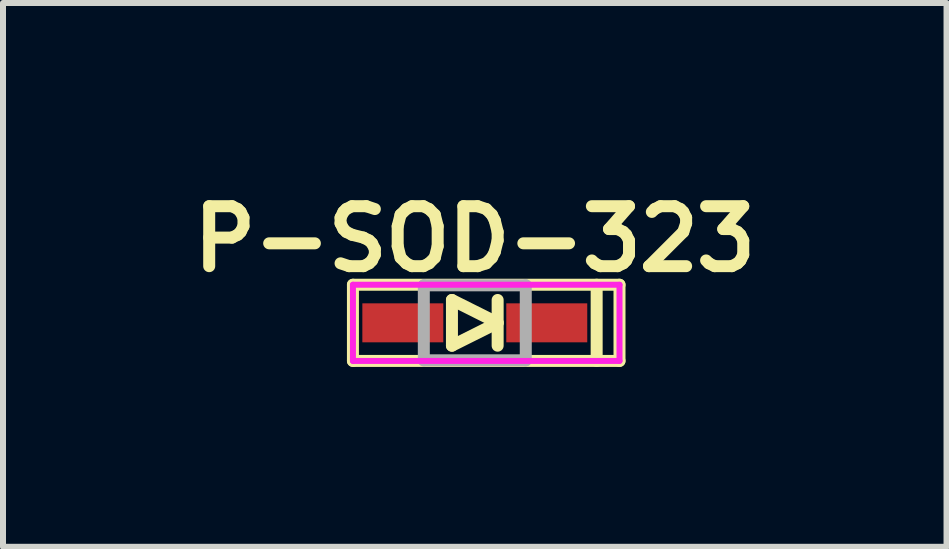
<source format=kicad_pcb>
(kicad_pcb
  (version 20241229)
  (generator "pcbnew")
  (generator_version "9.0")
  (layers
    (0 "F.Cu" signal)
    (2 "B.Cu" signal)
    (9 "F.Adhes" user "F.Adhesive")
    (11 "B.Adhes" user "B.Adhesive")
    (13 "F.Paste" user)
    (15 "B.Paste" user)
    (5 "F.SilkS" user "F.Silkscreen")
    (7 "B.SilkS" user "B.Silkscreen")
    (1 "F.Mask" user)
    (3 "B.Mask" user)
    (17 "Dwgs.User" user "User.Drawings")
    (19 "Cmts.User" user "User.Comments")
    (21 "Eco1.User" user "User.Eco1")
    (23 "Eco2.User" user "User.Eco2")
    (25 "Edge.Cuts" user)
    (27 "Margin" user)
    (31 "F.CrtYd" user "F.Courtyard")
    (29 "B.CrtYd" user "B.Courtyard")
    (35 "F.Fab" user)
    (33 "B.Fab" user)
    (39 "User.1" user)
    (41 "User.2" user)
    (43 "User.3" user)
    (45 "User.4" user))
  (footprint "P-SOD-323"
    (layer "F.Cu")
    (at 4.867 2.333)
    (property "Reference" "P-SOD-323" (at 0 -1.397 0) (layer "F.SilkS") (effects (font (size 1 1) (thickness 0.2))))
    (attr through_hole)
    (fp_line (start -2.032 -0.635) (end -2.032 0.635) (stroke (width 0.2) (type solid)) (layer "F.SilkS"))
    (fp_line (start -2.032 -0.635) (end 2.413 -0.635) (stroke (width 0.2) (type solid)) (layer "F.SilkS"))
    (fp_line (start -2.032 0.635) (end 2.413 0.635) (stroke (width 0.2) (type solid)) (layer "F.SilkS"))
    (fp_line (start -0.381 -0.381) (end -0.381 0.381) (stroke (width 0.2) (type solid)) (layer "F.SilkS"))
    (fp_line (start -0.381 0.381) (end 0.381 0) (stroke (width 0.2) (type solid)) (layer "F.SilkS"))
    (fp_line (start 0.381 -0.381) (end 0.381 0.381) (stroke (width 0.2) (type solid)) (layer "F.SilkS"))
    (fp_line (start 0.381 0) (end -0.381 -0.381) (stroke (width 0.2) (type solid)) (layer "F.SilkS"))
    (fp_line (start 2.032 -0.635) (end 2.032 0.635) (stroke (width 0.2) (type solid)) (layer "F.SilkS"))
    (fp_line (start 2.413 -0.635) (end 2.413 0.635) (stroke (width 0.2) (type solid)) (layer "F.SilkS"))
    (fp_line (start -2.032 -0.635) (end -2.032 0.635) (stroke (width 0.1) (type solid)) (layer "F.CrtYd"))
    (fp_line (start -2.032 -0.635) (end 2.413 -0.635) (stroke (width 0.1) (type solid)) (layer "F.CrtYd"))
    (fp_line (start -2.032 0.635) (end 2.413 0.635) (stroke (width 0.1) (type solid)) (layer "F.CrtYd"))
    (fp_line (start 2.413 -0.635) (end 2.413 0.635) (stroke (width 0.1) (type solid)) (layer "F.CrtYd"))
    (fp_line (start -0.85 -0.625) (end -0.85 0.625) (stroke (width 0.2) (type solid)) (layer "F.Fab"))
    (fp_line (start -0.85 -0.625) (end 0.85 -0.625) (stroke (width 0.2) (type solid)) (layer "F.Fab"))
    (fp_line (start -0.85 0.625) (end 0.85 0.625) (stroke (width 0.2) (type solid)) (layer "F.Fab"))
    (fp_line (start 0.85 -0.625) (end 0.85 0.625) (stroke (width 0.2) (type solid)) (layer "F.Fab"))
    (pad "A" smd rect (at -1.2 0) (size 1.35 0.65) (layers "F.Cu" "F.Mask" "F.Paste"))
    (pad "C" smd rect (at 1.2 0) (size 1.35 0.65) (layers "F.Cu" "F.Mask" "F.Paste")))
  (gr_rect
    (start -3 -3)
    (end 12.733 6.068)
    (stroke (width 0.1) (type default))
    (fill no)
    (layer "Edge.Cuts")))
</source>
